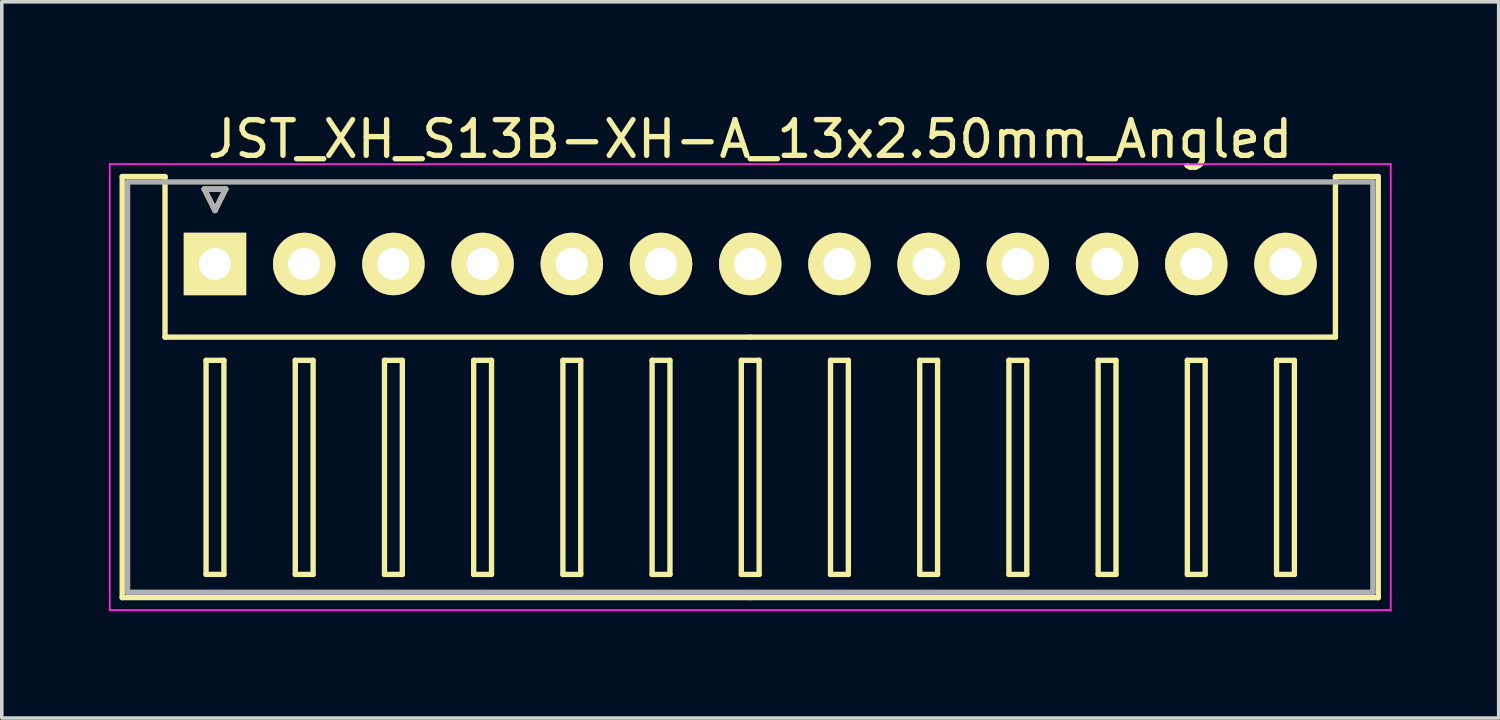
<source format=kicad_pcb>
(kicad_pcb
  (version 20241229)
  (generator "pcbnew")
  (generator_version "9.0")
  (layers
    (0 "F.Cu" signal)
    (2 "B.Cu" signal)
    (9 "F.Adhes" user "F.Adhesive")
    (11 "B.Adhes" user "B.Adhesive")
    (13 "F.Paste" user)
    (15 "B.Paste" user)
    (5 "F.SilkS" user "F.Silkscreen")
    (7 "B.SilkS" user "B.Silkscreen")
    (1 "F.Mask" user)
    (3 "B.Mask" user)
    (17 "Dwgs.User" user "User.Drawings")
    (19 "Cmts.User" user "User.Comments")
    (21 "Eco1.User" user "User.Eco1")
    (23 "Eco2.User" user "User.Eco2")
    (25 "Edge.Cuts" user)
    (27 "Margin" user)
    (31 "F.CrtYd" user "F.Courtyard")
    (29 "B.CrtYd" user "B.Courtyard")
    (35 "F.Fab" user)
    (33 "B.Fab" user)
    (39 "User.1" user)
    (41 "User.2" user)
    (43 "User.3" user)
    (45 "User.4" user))
  (footprint "JST_XH_S13B-XH-A_13x2.50mm_Angled"
    (layer "F.Cu")
    (at 2.975 4.348)
    (property "Reference" "JST_XH_S13B-XH-A_13x2.50mm_Angled" (at 15 -3.5 0) (layer "F.SilkS") (effects (font (size 1 1) (thickness 0.15))))
    (attr through_hole)
    (fp_line (start -2.6 -2.45) (end -1.4 -2.45) (stroke (width 0.15) (type solid)) (layer "F.SilkS"))
    (fp_line (start -2.6 9.35) (end -2.6 -2.45) (stroke (width 0.15) (type solid)) (layer "F.SilkS"))
    (fp_line (start -1.4 -2.45) (end -1.4 2.05) (stroke (width 0.15) (type solid)) (layer "F.SilkS"))
    (fp_line (start -1.4 2.05) (end 15 2.05) (stroke (width 0.15) (type solid)) (layer "F.SilkS"))
    (fp_line (start -0.3 -2.1) (end 0.3 -2.1) (stroke (width 0.15) (type solid)) (layer "F.SilkS"))
    (fp_line (start -0.25 2.7) (end -0.25 8.7) (stroke (width 0.15) (type solid)) (layer "F.SilkS"))
    (fp_line (start -0.25 8.7) (end 0.25 8.7) (stroke (width 0.15) (type solid)) (layer "F.SilkS"))
    (fp_line (start 0 -1.5) (end -0.3 -2.1) (stroke (width 0.15) (type solid)) (layer "F.SilkS"))
    (fp_line (start 0.25 2.7) (end -0.25 2.7) (stroke (width 0.15) (type solid)) (layer "F.SilkS"))
    (fp_line (start 0.25 8.7) (end 0.25 2.7) (stroke (width 0.15) (type solid)) (layer "F.SilkS"))
    (fp_line (start 0.3 -2.1) (end 0 -1.5) (stroke (width 0.15) (type solid)) (layer "F.SilkS"))
    (fp_line (start 2.25 2.7) (end 2.25 8.7) (stroke (width 0.15) (type solid)) (layer "F.SilkS"))
    (fp_line (start 2.25 8.7) (end 2.75 8.7) (stroke (width 0.15) (type solid)) (layer "F.SilkS"))
    (fp_line (start 2.75 2.7) (end 2.25 2.7) (stroke (width 0.15) (type solid)) (layer "F.SilkS"))
    (fp_line (start 2.75 8.7) (end 2.75 2.7) (stroke (width 0.15) (type solid)) (layer "F.SilkS"))
    (fp_line (start 4.75 2.7) (end 4.75 8.7) (stroke (width 0.15) (type solid)) (layer "F.SilkS"))
    (fp_line (start 4.75 8.7) (end 5.25 8.7) (stroke (width 0.15) (type solid)) (layer "F.SilkS"))
    (fp_line (start 5.25 2.7) (end 4.75 2.7) (stroke (width 0.15) (type solid)) (layer "F.SilkS"))
    (fp_line (start 5.25 8.7) (end 5.25 2.7) (stroke (width 0.15) (type solid)) (layer "F.SilkS"))
    (fp_line (start 7.25 2.7) (end 7.25 8.7) (stroke (width 0.15) (type solid)) (layer "F.SilkS"))
    (fp_line (start 7.25 8.7) (end 7.75 8.7) (stroke (width 0.15) (type solid)) (layer "F.SilkS"))
    (fp_line (start 7.75 2.7) (end 7.25 2.7) (stroke (width 0.15) (type solid)) (layer "F.SilkS"))
    (fp_line (start 7.75 8.7) (end 7.75 2.7) (stroke (width 0.15) (type solid)) (layer "F.SilkS"))
    (fp_line (start 9.75 2.7) (end 9.75 8.7) (stroke (width 0.15) (type solid)) (layer "F.SilkS"))
    (fp_line (start 9.75 8.7) (end 10.25 8.7) (stroke (width 0.15) (type solid)) (layer "F.SilkS"))
    (fp_line (start 10.25 2.7) (end 9.75 2.7) (stroke (width 0.15) (type solid)) (layer "F.SilkS"))
    (fp_line (start 10.25 8.7) (end 10.25 2.7) (stroke (width 0.15) (type solid)) (layer "F.SilkS"))
    (fp_line (start 12.25 2.7) (end 12.25 8.7) (stroke (width 0.15) (type solid)) (layer "F.SilkS"))
    (fp_line (start 12.25 8.7) (end 12.75 8.7) (stroke (width 0.15) (type solid)) (layer "F.SilkS"))
    (fp_line (start 12.75 2.7) (end 12.25 2.7) (stroke (width 0.15) (type solid)) (layer "F.SilkS"))
    (fp_line (start 12.75 8.7) (end 12.75 2.7) (stroke (width 0.15) (type solid)) (layer "F.SilkS"))
    (fp_line (start 14.75 2.7) (end 14.75 8.7) (stroke (width 0.15) (type solid)) (layer "F.SilkS"))
    (fp_line (start 14.75 8.7) (end 15.25 8.7) (stroke (width 0.15) (type solid)) (layer "F.SilkS"))
    (fp_line (start 15 9.35) (end -2.6 9.35) (stroke (width 0.15) (type solid)) (layer "F.SilkS"))
    (fp_line (start 15 9.35) (end 32.6 9.35) (stroke (width 0.15) (type solid)) (layer "F.SilkS"))
    (fp_line (start 15.25 2.7) (end 14.75 2.7) (stroke (width 0.15) (type solid)) (layer "F.SilkS"))
    (fp_line (start 15.25 8.7) (end 15.25 2.7) (stroke (width 0.15) (type solid)) (layer "F.SilkS"))
    (fp_line (start 17.25 2.7) (end 17.25 8.7) (stroke (width 0.15) (type solid)) (layer "F.SilkS"))
    (fp_line (start 17.25 8.7) (end 17.75 8.7) (stroke (width 0.15) (type solid)) (layer "F.SilkS"))
    (fp_line (start 17.75 2.7) (end 17.25 2.7) (stroke (width 0.15) (type solid)) (layer "F.SilkS"))
    (fp_line (start 17.75 8.7) (end 17.75 2.7) (stroke (width 0.15) (type solid)) (layer "F.SilkS"))
    (fp_line (start 19.75 2.7) (end 19.75 8.7) (stroke (width 0.15) (type solid)) (layer "F.SilkS"))
    (fp_line (start 19.75 8.7) (end 20.25 8.7) (stroke (width 0.15) (type solid)) (layer "F.SilkS"))
    (fp_line (start 20.25 2.7) (end 19.75 2.7) (stroke (width 0.15) (type solid)) (layer "F.SilkS"))
    (fp_line (start 20.25 8.7) (end 20.25 2.7) (stroke (width 0.15) (type solid)) (layer "F.SilkS"))
    (fp_line (start 22.25 2.7) (end 22.25 8.7) (stroke (width 0.15) (type solid)) (layer "F.SilkS"))
    (fp_line (start 22.25 8.7) (end 22.75 8.7) (stroke (width 0.15) (type solid)) (layer "F.SilkS"))
    (fp_line (start 22.75 2.7) (end 22.25 2.7) (stroke (width 0.15) (type solid)) (layer "F.SilkS"))
    (fp_line (start 22.75 8.7) (end 22.75 2.7) (stroke (width 0.15) (type solid)) (layer "F.SilkS"))
    (fp_line (start 24.75 2.7) (end 24.75 8.7) (stroke (width 0.15) (type solid)) (layer "F.SilkS"))
    (fp_line (start 24.75 8.7) (end 25.25 8.7) (stroke (width 0.15) (type solid)) (layer "F.SilkS"))
    (fp_line (start 25.25 2.7) (end 24.75 2.7) (stroke (width 0.15) (type solid)) (layer "F.SilkS"))
    (fp_line (start 25.25 8.7) (end 25.25 2.7) (stroke (width 0.15) (type solid)) (layer "F.SilkS"))
    (fp_line (start 27.25 2.7) (end 27.25 8.7) (stroke (width 0.15) (type solid)) (layer "F.SilkS"))
    (fp_line (start 27.25 8.7) (end 27.75 8.7) (stroke (width 0.15) (type solid)) (layer "F.SilkS"))
    (fp_line (start 27.75 2.7) (end 27.25 2.7) (stroke (width 0.15) (type solid)) (layer "F.SilkS"))
    (fp_line (start 27.75 8.7) (end 27.75 2.7) (stroke (width 0.15) (type solid)) (layer "F.SilkS"))
    (fp_line (start 29.75 2.7) (end 29.75 8.7) (stroke (width 0.15) (type solid)) (layer "F.SilkS"))
    (fp_line (start 29.75 8.7) (end 30.25 8.7) (stroke (width 0.15) (type solid)) (layer "F.SilkS"))
    (fp_line (start 30.25 2.7) (end 29.75 2.7) (stroke (width 0.15) (type solid)) (layer "F.SilkS"))
    (fp_line (start 30.25 8.7) (end 30.25 2.7) (stroke (width 0.15) (type solid)) (layer "F.SilkS"))
    (fp_line (start 31.4 -2.45) (end 31.4 2.05) (stroke (width 0.15) (type solid)) (layer "F.SilkS"))
    (fp_line (start 31.4 2.05) (end 15 2.05) (stroke (width 0.15) (type solid)) (layer "F.SilkS"))
    (fp_line (start 32.6 -2.45) (end 31.4 -2.45) (stroke (width 0.15) (type solid)) (layer "F.SilkS"))
    (fp_line (start 32.6 9.35) (end 32.6 -2.45) (stroke (width 0.15) (type solid)) (layer "F.SilkS"))
    (fp_line (start -2.95 -2.8) (end -2.95 9.7) (stroke (width 0.05) (type solid)) (layer "F.CrtYd"))
    (fp_line (start -2.95 9.7) (end 32.95 9.7) (stroke (width 0.05) (type solid)) (layer "F.CrtYd"))
    (fp_line (start 32.95 -2.8) (end -2.95 -2.8) (stroke (width 0.05) (type solid)) (layer "F.CrtYd"))
    (fp_line (start 32.95 9.7) (end 32.95 -2.8) (stroke (width 0.05) (type solid)) (layer "F.CrtYd"))
    (fp_line (start -2.45 -2.3) (end -2.45 9.2) (stroke (width 0.15) (type solid)) (layer "F.Fab"))
    (fp_line (start -2.45 9.2) (end 32.45 9.2) (stroke (width 0.15) (type solid)) (layer "F.Fab"))
    (fp_line (start -0.3 -2.1) (end 0.3 -2.1) (stroke (width 0.15) (type solid)) (layer "F.Fab"))
    (fp_line (start 0 -1.5) (end -0.3 -2.1) (stroke (width 0.15) (type solid)) (layer "F.Fab"))
    (fp_line (start 0.3 -2.1) (end 0 -1.5) (stroke (width 0.15) (type solid)) (layer "F.Fab"))
    (fp_line (start 32.45 -2.3) (end -2.45 -2.3) (stroke (width 0.15) (type solid)) (layer "F.Fab"))
    (fp_line (start 32.45 9.2) (end 32.45 -2.3) (stroke (width 0.15) (type solid)) (layer "F.Fab"))
    (pad "1" thru_hole rect (at 0 0) (size 1.75 1.75) (drill 0.9) (layers "*.Cu" "*.Mask" "F.SilkS"))
    (pad "2" thru_hole circle (at 2.5 0) (size 1.75 1.75) (drill 0.9) (layers "*.Cu" "*.Mask" "F.SilkS"))
    (pad "3" thru_hole circle (at 5 0) (size 1.75 1.75) (drill 0.9) (layers "*.Cu" "*.Mask" "F.SilkS"))
    (pad "4" thru_hole circle (at 7.5 0) (size 1.75 1.75) (drill 0.9) (layers "*.Cu" "*.Mask" "F.SilkS"))
    (pad "5" thru_hole circle (at 10 0) (size 1.75 1.75) (drill 0.9) (layers "*.Cu" "*.Mask" "F.SilkS"))
    (pad "6" thru_hole circle (at 12.5 0) (size 1.75 1.75) (drill 0.9) (layers "*.Cu" "*.Mask" "F.SilkS"))
    (pad "7" thru_hole circle (at 15 0) (size 1.75 1.75) (drill 0.9) (layers "*.Cu" "*.Mask" "F.SilkS"))
    (pad "8" thru_hole circle (at 17.5 0) (size 1.75 1.75) (drill 0.9) (layers "*.Cu" "*.Mask" "F.SilkS"))
    (pad "9" thru_hole circle (at 20 0) (size 1.75 1.75) (drill 0.9) (layers "*.Cu" "*.Mask" "F.SilkS"))
    (pad "10" thru_hole circle (at 22.5 0) (size 1.75 1.75) (drill 0.9) (layers "*.Cu" "*.Mask" "F.SilkS"))
    (pad "11" thru_hole circle (at 25 0) (size 1.75 1.75) (drill 0.9) (layers "*.Cu" "*.Mask" "F.SilkS"))
    (pad "12" thru_hole circle (at 27.5 0) (size 1.75 1.75) (drill 0.9) (layers "*.Cu" "*.Mask" "F.SilkS"))
    (pad "13" thru_hole circle (at 30 0) (size 1.75 1.75) (drill 0.9) (layers "*.Cu" "*.Mask" "F.SilkS")))
  (gr_rect
    (start -3 -3)
    (end 38.95 17.073)
    (stroke (width 0.1) (type default))
    (fill no)
    (layer "Edge.Cuts")))
</source>
